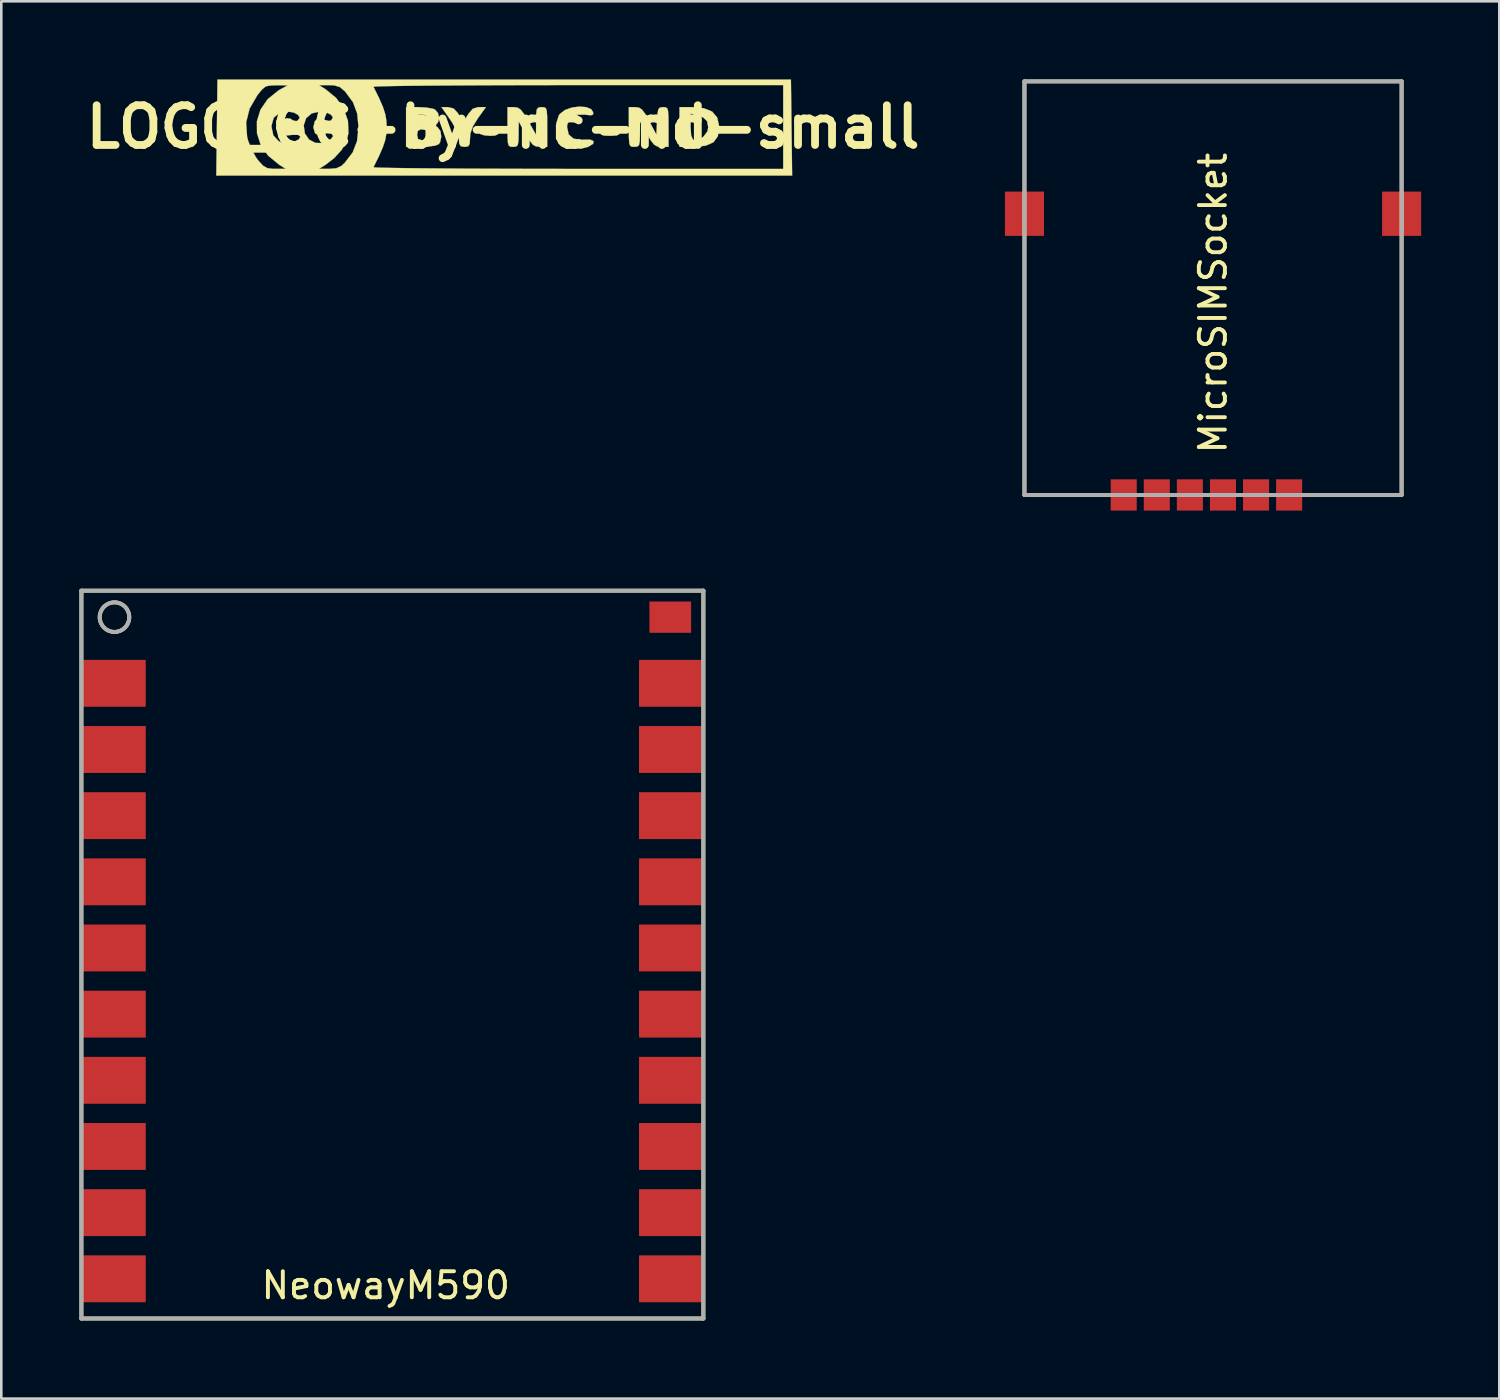
<source format=kicad_pcb>
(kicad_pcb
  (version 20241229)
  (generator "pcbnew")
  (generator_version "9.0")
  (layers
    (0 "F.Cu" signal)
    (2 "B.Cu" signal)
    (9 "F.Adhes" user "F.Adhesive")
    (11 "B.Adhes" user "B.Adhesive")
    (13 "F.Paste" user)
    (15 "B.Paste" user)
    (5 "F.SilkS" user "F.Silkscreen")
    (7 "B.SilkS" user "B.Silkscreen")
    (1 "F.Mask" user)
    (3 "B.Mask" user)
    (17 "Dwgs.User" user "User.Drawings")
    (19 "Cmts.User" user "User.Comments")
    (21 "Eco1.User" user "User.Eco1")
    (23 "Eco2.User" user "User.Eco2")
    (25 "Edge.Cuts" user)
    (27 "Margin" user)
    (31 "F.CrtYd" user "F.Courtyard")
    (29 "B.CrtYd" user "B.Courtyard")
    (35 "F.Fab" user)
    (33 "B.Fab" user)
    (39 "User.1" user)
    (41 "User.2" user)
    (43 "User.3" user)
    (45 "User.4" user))
  (footprint "LOGO_CC-by-nc-nd-small"
    (layer "F.Cu")
    (at 16.263 1.825)
    (property "Reference" "LOGO_CC-by-nc-nd-small" (at 0 0 0) (layer "F.SilkS") (effects (font (size 1.524 1.524) (thickness 0.3))))
    (attr through_hole)
    (fp_poly (pts (xy -0.283 0.015) (xy -0.187 0.074) (xy -0.169 0.169) (xy -0.198 0.281) (xy -0.315 0.33) (xy -0.503 0.339) (xy -0.728 0.319) (xy -0.873 0.27) (xy -0.889 0.254) (xy -0.906 0.118) (xy -0.772 0.03) (xy -0.503 0) (xy -0.283 0.015)) (stroke (width 0.01) (type solid)) (fill yes) (layer "F.SilkS"))
    (fp_poly (pts (xy 4.46 0.048) (xy 4.487 0.149) (xy 4.487 0.164) (xy 4.464 0.272) (xy 4.366 0.324) (xy 4.15 0.338) (xy 4.1 0.339) (xy 3.862 0.328) (xy 3.754 0.286) (xy 3.74 0.198) (xy 3.741 0.191) (xy 3.817 0.084) (xy 4.015 0.028) (xy 4.128 0.016) (xy 4.355 0.01) (xy 4.46 0.048)) (stroke (width 0.01) (type solid)) (fill yes) (layer "F.SilkS"))
    (fp_poly (pts (xy 7.704 -0.72) (xy 8.025 -0.591) (xy 8.218 -0.365) (xy 8.293 -0.035) (xy 8.295 0.025) (xy 8.243 0.358) (xy 8.075 0.586) (xy 7.779 0.718) (xy 7.346 0.762) (xy 7.328 0.762) (xy 6.773 0.762) (xy 6.773 -0.002) (xy 7.197 -0.002) (xy 7.218 0.322) (xy 7.29 0.49) (xy 7.427 0.515) (xy 7.642 0.406) (xy 7.686 0.376) (xy 7.845 0.168) (xy 7.874 0.006) (xy 7.83 -0.224) (xy 7.676 -0.37) (xy 7.429 -0.456) (xy 7.197 -0.511) (xy 7.197 -0.002) (xy 6.773 -0.002) (xy 6.773 -0.762) (xy 7.245 -0.762) (xy 7.704 -0.72)) (stroke (width 0.01) (type solid)) (fill yes) (layer "F.SilkS"))
    (fp_poly (pts (xy -1.904 -0.712) (xy -1.74 -0.537) (xy -1.722 -0.508) (xy -1.61 -0.338) (xy -1.53 -0.256) (xy -1.524 -0.254) (xy -1.453 -0.319) (xy -1.343 -0.479) (xy -1.326 -0.508) (xy -1.168 -0.697) (xy -0.965 -0.761) (xy -0.919 -0.762) (xy -0.661 -0.762) (xy -0.966 -0.338) (xy -1.163 -0.022) (xy -1.255 0.247) (xy -1.27 0.424) (xy -1.282 0.642) (xy -1.336 0.739) (xy -1.463 0.762) (xy -1.482 0.762) (xy -1.627 0.738) (xy -1.685 0.634) (xy -1.693 0.48) (xy -1.757 0.194) (xy -1.951 -0.167) (xy -2.029 -0.282) (xy -2.365 -0.762) (xy -2.119 -0.762) (xy -1.904 -0.712)) (stroke (width 0.01) (type solid)) (fill yes) (layer "F.SilkS"))
    (fp_poly (pts (xy 3.189 -0.763) (xy 3.383 -0.682) (xy 3.456 -0.569) (xy 3.453 -0.477) (xy 3.368 -0.449) (xy 3.161 -0.471) (xy 3.137 -0.475) (xy 2.807 -0.469) (xy 2.577 -0.341) (xy 2.464 -0.101) (xy 2.455 0.007) (xy 2.517 0.286) (xy 2.701 0.448) (xy 3.007 0.493) (xy 3.106 0.485) (xy 3.355 0.488) (xy 3.475 0.55) (xy 3.454 0.647) (xy 3.279 0.754) (xy 3.254 0.764) (xy 2.976 0.836) (xy 2.713 0.808) (xy 2.483 0.723) (xy 2.27 0.594) (xy 2.126 0.441) (xy 2.123 0.436) (xy 2.043 0.152) (xy 2.05 -0.169) (xy 2.141 -0.446) (xy 2.18 -0.503) (xy 2.373 -0.651) (xy 2.636 -0.745) (xy 2.924 -0.783) (xy 3.189 -0.763)) (stroke (width 0.01) (type solid)) (fill yes) (layer "F.SilkS"))
    (fp_poly (pts (xy 0.557 -0.743) (xy 0.677 -0.664) (xy 0.807 -0.494) (xy 0.963 -0.233) (xy 1.264 0.296) (xy 1.267 -0.233) (xy 1.273 -0.522) (xy 1.296 -0.68) (xy 1.354 -0.747) (xy 1.461 -0.762) (xy 1.482 -0.762) (xy 1.582 -0.756) (xy 1.644 -0.716) (xy 1.677 -0.61) (xy 1.691 -0.404) (xy 1.693 -0.067) (xy 1.693 0) (xy 1.693 0.762) (xy 1.418 0.761) (xy 1.259 0.745) (xy 1.137 0.674) (xy 1.013 0.516) (xy 0.871 0.274) (xy 0.599 -0.212) (xy 0.596 0.275) (xy 0.589 0.549) (xy 0.561 0.695) (xy 0.495 0.752) (xy 0.381 0.762) (xy 0.281 0.756) (xy 0.219 0.716) (xy 0.185 0.61) (xy 0.172 0.404) (xy 0.169 0.067) (xy 0.169 0) (xy 0.169 -0.762) (xy 0.416 -0.762) (xy 0.557 -0.743)) (stroke (width 0.01) (type solid)) (fill yes) (layer "F.SilkS"))
    (fp_poly (pts (xy 5.217 -0.744) (xy 5.333 -0.669) (xy 5.454 -0.504) (xy 5.604 -0.235) (xy 5.884 0.292) (xy 5.91 -0.235) (xy 5.928 -0.523) (xy 5.96 -0.681) (xy 6.023 -0.748) (xy 6.134 -0.762) (xy 6.142 -0.762) (xy 6.241 -0.755) (xy 6.302 -0.714) (xy 6.334 -0.606) (xy 6.347 -0.397) (xy 6.35 -0.056) (xy 6.35 0) (xy 6.35 0.762) (xy 6.075 0.761) (xy 5.916 0.745) (xy 5.794 0.674) (xy 5.67 0.516) (xy 5.528 0.274) (xy 5.256 -0.212) (xy 5.253 0.275) (xy 5.246 0.549) (xy 5.218 0.695) (xy 5.151 0.752) (xy 5.038 0.762) (xy 4.937 0.756) (xy 4.875 0.716) (xy 4.842 0.61) (xy 4.829 0.404) (xy 4.826 0.067) (xy 4.826 0) (xy 4.826 -0.762) (xy 5.075 -0.762) (xy 5.217 -0.744)) (stroke (width 0.01) (type solid)) (fill yes) (layer "F.SilkS"))
    (fp_poly (pts (xy -2.96 -0.747) (xy -2.715 -0.707) (xy -2.619 -0.674) (xy -2.499 -0.536) (xy -2.456 -0.341) (xy -2.501 -0.169) (xy -2.551 -0.12) (xy -2.584 -0.045) (xy -2.509 0.016) (xy -2.405 0.157) (xy -2.374 0.373) (xy -2.419 0.583) (xy -2.472 0.66) (xy -2.612 0.716) (xy -2.874 0.752) (xy -3.15 0.762) (xy -3.725 0.762) (xy -3.725 0.296) (xy -3.302 0.296) (xy -3.268 0.457) (xy -3.131 0.507) (xy -3.088 0.508) (xy -2.905 0.46) (xy -2.821 0.372) (xy -2.837 0.222) (xy -2.982 0.116) (xy -3.154 0.086) (xy -3.273 0.148) (xy -3.302 0.296) (xy -3.725 0.296) (xy -3.725 -0.345) (xy -3.302 -0.345) (xy -3.257 -0.209) (xy -3.095 -0.169) (xy -3.084 -0.169) (xy -2.923 -0.2) (xy -2.893 -0.309) (xy -2.894 -0.318) (xy -2.991 -0.445) (xy -3.112 -0.493) (xy -3.261 -0.476) (xy -3.302 -0.345) (xy -3.302 -0.345) (xy -3.725 -0.345) (xy -3.725 -0.762) (xy -3.254 -0.762) (xy -2.96 -0.747)) (stroke (width 0.01) (type solid)) (fill yes) (layer "F.SilkS"))
    (fp_poly (pts (xy 11.095 1.863) (xy -11.01 1.863) (xy -10.985 -0.176) (xy -9.864 -0.176) (xy -9.828 0.372) (xy -9.792 0.515) (xy -9.663 0.845) (xy -9.486 1.165) (xy -9.395 1.291) (xy -9.212 1.488) (xy -9.046 1.581) (xy -8.817 1.608) (xy -8.736 1.608) (xy -8.34 1.608) (xy -8.594 1.45) (xy -9.02 1.101) (xy -9.305 0.689) (xy -9.448 0.241) (xy -9.45 0) (xy -8.89 0) (xy -8.821 0.322) (xy -8.614 0.546) (xy -8.467 0.617) (xy -8.351 0.662) (xy -8.331 0.671) (xy -8.255 0.651) (xy -8.08 0.593) (xy -8.056 0.584) (xy -7.84 0.473) (xy -7.781 0.369) (xy -7.872 0.302) (xy -8.108 0.303) (xy -8.119 0.305) (xy -8.339 0.327) (xy -8.451 0.287) (xy -8.506 0.179) (xy -8.529 -0.06) (xy -8.528 -0.062) (xy -7.654 -0.062) (xy -7.61 0.247) (xy -7.449 0.484) (xy -7.202 0.611) (xy -6.919 0.617) (xy -6.65 0.494) (xy -6.604 0.454) (xy -6.522 0.347) (xy -6.576 0.272) (xy -6.596 0.259) (xy -6.772 0.238) (xy -6.86 0.275) (xy -7.065 0.333) (xy -7.216 0.243) (xy -7.281 0.027) (xy -7.281 0) (xy -7.226 -0.227) (xy -7.083 -0.33) (xy -6.882 -0.288) (xy -6.86 -0.275) (xy -6.685 -0.231) (xy -6.602 -0.255) (xy -6.533 -0.357) (xy -6.598 -0.465) (xy -6.764 -0.552) (xy -6.997 -0.592) (xy -7.025 -0.593) (xy -7.345 -0.524) (xy -7.562 -0.337) (xy -7.654 -0.062) (xy -8.528 -0.062) (xy -8.456 -0.244) (xy -8.32 -0.34) (xy -8.154 -0.315) (xy -8.081 -0.258) (xy -7.944 -0.224) (xy -7.879 -0.251) (xy -7.807 -0.355) (xy -7.87 -0.465) (xy -8.033 -0.554) (xy -8.264 -0.593) (xy -8.28 -0.593) (xy -8.603 -0.532) (xy -8.807 -0.352) (xy -8.889 -0.056) (xy -8.89 0) (xy -9.45 0) (xy -9.451 -0.219) (xy -9.314 -0.663) (xy -9.039 -1.066) (xy -8.625 -1.402) (xy -8.509 -1.468) (xy -8.255 -1.602) (xy -8.696 -1.605) (xy -8.952 -1.599) (xy -9.119 -1.553) (xy -9.26 -1.435) (xy -9.432 -1.222) (xy -9.731 -0.709) (xy -9.864 -0.176) (xy -10.985 -0.176) (xy -10.967 -1.608) (xy -7.07 -1.608) (xy -6.816 -1.45) (xy -6.408 -1.114) (xy -6.118 -0.699) (xy -5.956 -0.238) (xy -5.937 0.237) (xy -6.017 0.566) (xy -6.195 0.875) (xy -6.48 1.189) (xy -6.816 1.45) (xy -7.07 1.608) (xy -6.683 1.608) (xy -6.402 1.585) (xy -6.205 1.492) (xy -6.079 1.376) (xy -5.775 0.976) (xy -5.607 0.546) (xy -5.552 0.033) (xy -5.551 0) (xy -5.601 -0.52) (xy -5.762 -0.952) (xy -6.058 -1.353) (xy -6.079 -1.376) (xy -6.265 -1.532) (xy -6.308 -1.545) (xy -4.977 -1.545) (xy -4.758 -1.102) (xy -4.612 -0.765) (xy -4.524 -0.493) (xy -4.481 -0.246) (xy -4.47 0) (xy -4.482 0.26) (xy -4.527 0.508) (xy -4.619 0.782) (xy -4.769 1.125) (xy -4.977 1.545) (xy -4.899 1.554) (xy -4.664 1.563) (xy -4.282 1.571) (xy -3.766 1.579) (xy -3.128 1.586) (xy -2.378 1.592) (xy -1.53 1.598) (xy -0.594 1.602) (xy 0.418 1.605) (xy 1.495 1.608) (xy 2.623 1.609) (xy 2.872 1.609) (xy 10.753 1.609) (xy 10.753 -1.609) (xy 2.872 -1.609) (xy 1.733 -1.608) (xy 0.645 -1.606) (xy -0.382 -1.603) (xy -1.335 -1.599) (xy -2.204 -1.594) (xy -2.975 -1.588) (xy -3.639 -1.581) (xy -4.182 -1.573) (xy -4.593 -1.565) (xy -4.861 -1.556) (xy -4.974 -1.547) (xy -4.977 -1.545) (xy -6.308 -1.545) (xy -6.48 -1.598) (xy -6.683 -1.608) (xy -7.07 -1.608) (xy -10.967 -1.608) (xy -10.964 -1.82) (xy 11.049 -1.82) (xy 11.095 1.863)) (stroke (width 0.01) (type solid)) (fill yes) (layer "F.SilkS")))
  (footprint "NeowayM590"
    (layer "F.Cu")
    (at 1.345 23.181)
    (property "Reference" "NeowayM590" (at 10.414 23.114 0) (layer "F.SilkS") (effects (font (size 1 1) (thickness 0.15))))
    (attr through_hole)
    (fp_line (start -1.27 -3.556) (end 22.606 -3.556) (stroke (width 0.15) (type solid)) (layer "F.SilkS"))
    (fp_line (start -1.27 24.384) (end -1.27 -3.556) (stroke (width 0.15) (type solid)) (layer "F.SilkS"))
    (fp_line (start 22.606 -3.556) (end 22.606 24.384) (stroke (width 0.15) (type solid)) (layer "F.SilkS"))
    (fp_line (start 22.606 24.384) (end -1.27 24.384) (stroke (width 0.15) (type solid)) (layer "F.SilkS"))
    (fp_circle (center 0 -2.54) (end 0.508 -2.286) (stroke (width 0.15) (type solid)) (fill no) (layer "F.SilkS"))
    (fp_line (start -1.27 -3.556) (end 22.606 -3.556) (stroke (width 0.15) (type solid)) (layer "F.Fab"))
    (fp_line (start -1.27 24.384) (end -1.27 -3.556) (stroke (width 0.15) (type solid)) (layer "F.Fab"))
    (fp_line (start 22.606 -3.556) (end 22.606 24.384) (stroke (width 0.15) (type solid)) (layer "F.Fab"))
    (fp_line (start 22.606 24.384) (end -1.27 24.384) (stroke (width 0.15) (type solid)) (layer "F.Fab"))
    (fp_circle (center 0 -2.54) (end 0.508 -2.286) (stroke (width 0.15) (type solid)) (fill no) (layer "F.Fab"))
    (pad "1" smd rect (at 0 0) (size 2.4 1.8) (layers "F.Cu" "F.Mask" "F.Paste"))
    (pad "2" smd rect (at 0 2.54) (size 2.4 1.8) (layers "F.Cu" "F.Mask" "F.Paste"))
    (pad "3" smd rect (at 0 5.08) (size 2.4 1.8) (layers "F.Cu" "F.Mask" "F.Paste"))
    (pad "4" smd rect (at 0 7.62) (size 2.4 1.8) (layers "F.Cu" "F.Mask" "F.Paste"))
    (pad "5" smd rect (at 0 10.16) (size 2.4 1.8) (layers "F.Cu" "F.Mask" "F.Paste"))
    (pad "6" smd rect (at 0 12.7) (size 2.4 1.8) (layers "F.Cu" "F.Mask" "F.Paste"))
    (pad "7" smd rect (at 0 15.24) (size 2.4 1.8) (layers "F.Cu" "F.Mask" "F.Paste"))
    (pad "8" smd rect (at 0 17.78) (size 2.4 1.8) (layers "F.Cu" "F.Mask" "F.Paste"))
    (pad "9" smd rect (at 0 20.32) (size 2.4 1.8) (layers "F.Cu" "F.Mask" "F.Paste"))
    (pad "10" smd rect (at 0 22.86) (size 2.4 1.8) (layers "F.Cu" "F.Mask" "F.Paste"))
    (pad "11" smd rect (at 21.336 22.86) (size 2.4 1.8) (layers "F.Cu" "F.Mask" "F.Paste"))
    (pad "12" smd rect (at 21.336 20.32) (size 2.4 1.8) (layers "F.Cu" "F.Mask" "F.Paste"))
    (pad "13" smd rect (at 21.336 17.78) (size 2.4 1.8) (layers "F.Cu" "F.Mask" "F.Paste"))
    (pad "14" smd rect (at 21.336 15.24) (size 2.4 1.8) (layers "F.Cu" "F.Mask" "F.Paste"))
    (pad "15" smd rect (at 21.336 12.7) (size 2.4 1.8) (layers "F.Cu" "F.Mask" "F.Paste"))
    (pad "16" smd rect (at 21.336 10.16) (size 2.4 1.8) (layers "F.Cu" "F.Mask" "F.Paste"))
    (pad "17" smd rect (at 21.336 7.62) (size 2.4 1.8) (layers "F.Cu" "F.Mask" "F.Paste"))
    (pad "18" smd rect (at 21.336 5.08) (size 2.4 1.8) (layers "F.Cu" "F.Mask" "F.Paste"))
    (pad "19" smd rect (at 21.336 2.54) (size 2.4 1.8) (layers "F.Cu" "F.Mask" "F.Paste"))
    (pad "20" smd rect (at 21.336 0) (size 2.4 1.8) (layers "F.Cu" "F.Mask" "F.Paste"))
    (pad "21" smd rect (at 21.336 -2.54) (size 1.6 1.2) (layers "F.Cu" "F.Mask" "F.Paste")))
  (footprint "MicroSIMSocket"
    (layer "F.Cu")
    (at 43.516 15.95)
    (property "Reference" "MicroSIMSocket" (at 0 -7.366 270) (layer "F.SilkS") (effects (font (size 1 1) (thickness 0.15))))
    (attr through_hole)
    (fp_line (start -7.239 -15.875) (end 7.239 -15.875) (stroke (width 0.15) (type solid)) (layer "F.SilkS"))
    (fp_line (start -7.239 0) (end -7.239 -15.875) (stroke (width 0.15) (type solid)) (layer "F.SilkS"))
    (fp_line (start 0 0) (end -7.239 0) (stroke (width 0.15) (type solid)) (layer "F.SilkS"))
    (fp_line (start 7.239 -15.875) (end 7.239 0) (stroke (width 0.15) (type solid)) (layer "F.SilkS"))
    (fp_line (start 7.239 0) (end 0 0) (stroke (width 0.15) (type solid)) (layer "F.SilkS"))
    (fp_line (start -7.239 -15.875) (end 7.239 -15.875) (stroke (width 0.15) (type solid)) (layer "F.Fab"))
    (fp_line (start -7.239 0) (end -7.239 -15.875) (stroke (width 0.15) (type solid)) (layer "F.Fab"))
    (fp_line (start 7.239 -15.875) (end 7.239 0) (stroke (width 0.15) (type solid)) (layer "F.Fab"))
    (fp_line (start 7.239 0) (end -7.239 0) (stroke (width 0.15) (type solid)) (layer "F.Fab"))
    (pad "1" smd rect (at -2.159 0) (size 1 1.2) (layers "F.Cu" "F.Mask" "F.Paste"))
    (pad "2" smd rect (at 0.381 0) (size 1 1.2) (layers "F.Cu" "F.Mask" "F.Paste"))
    (pad "3" smd rect (at 2.921 0) (size 1 1.2) (layers "F.Cu" "F.Mask" "F.Paste"))
    (pad "5" smd rect (at -7.239 -10.795) (size 1.5 1.7) (layers "F.Cu" "F.Mask" "F.Paste"))
    (pad "5" smd rect (at -3.429 0) (size 1 1.2) (layers "F.Cu" "F.Mask" "F.Paste"))
    (pad "5" smd rect (at 7.239 -10.795) (size 1.5 1.7) (layers "F.Cu" "F.Mask" "F.Paste"))
    (pad "6" smd rect (at -0.889 0) (size 1 1.2) (layers "F.Cu" "F.Mask" "F.Paste"))
    (pad "7" smd rect (at 1.651 0) (size 1 1.2) (layers "F.Cu" "F.Mask" "F.Paste")))
  (gr_rect
    (start -3 -3)
    (end 54.505 50.64)
    (stroke (width 0.1) (type default))
    (fill no)
    (layer "Edge.Cuts")))
</source>
